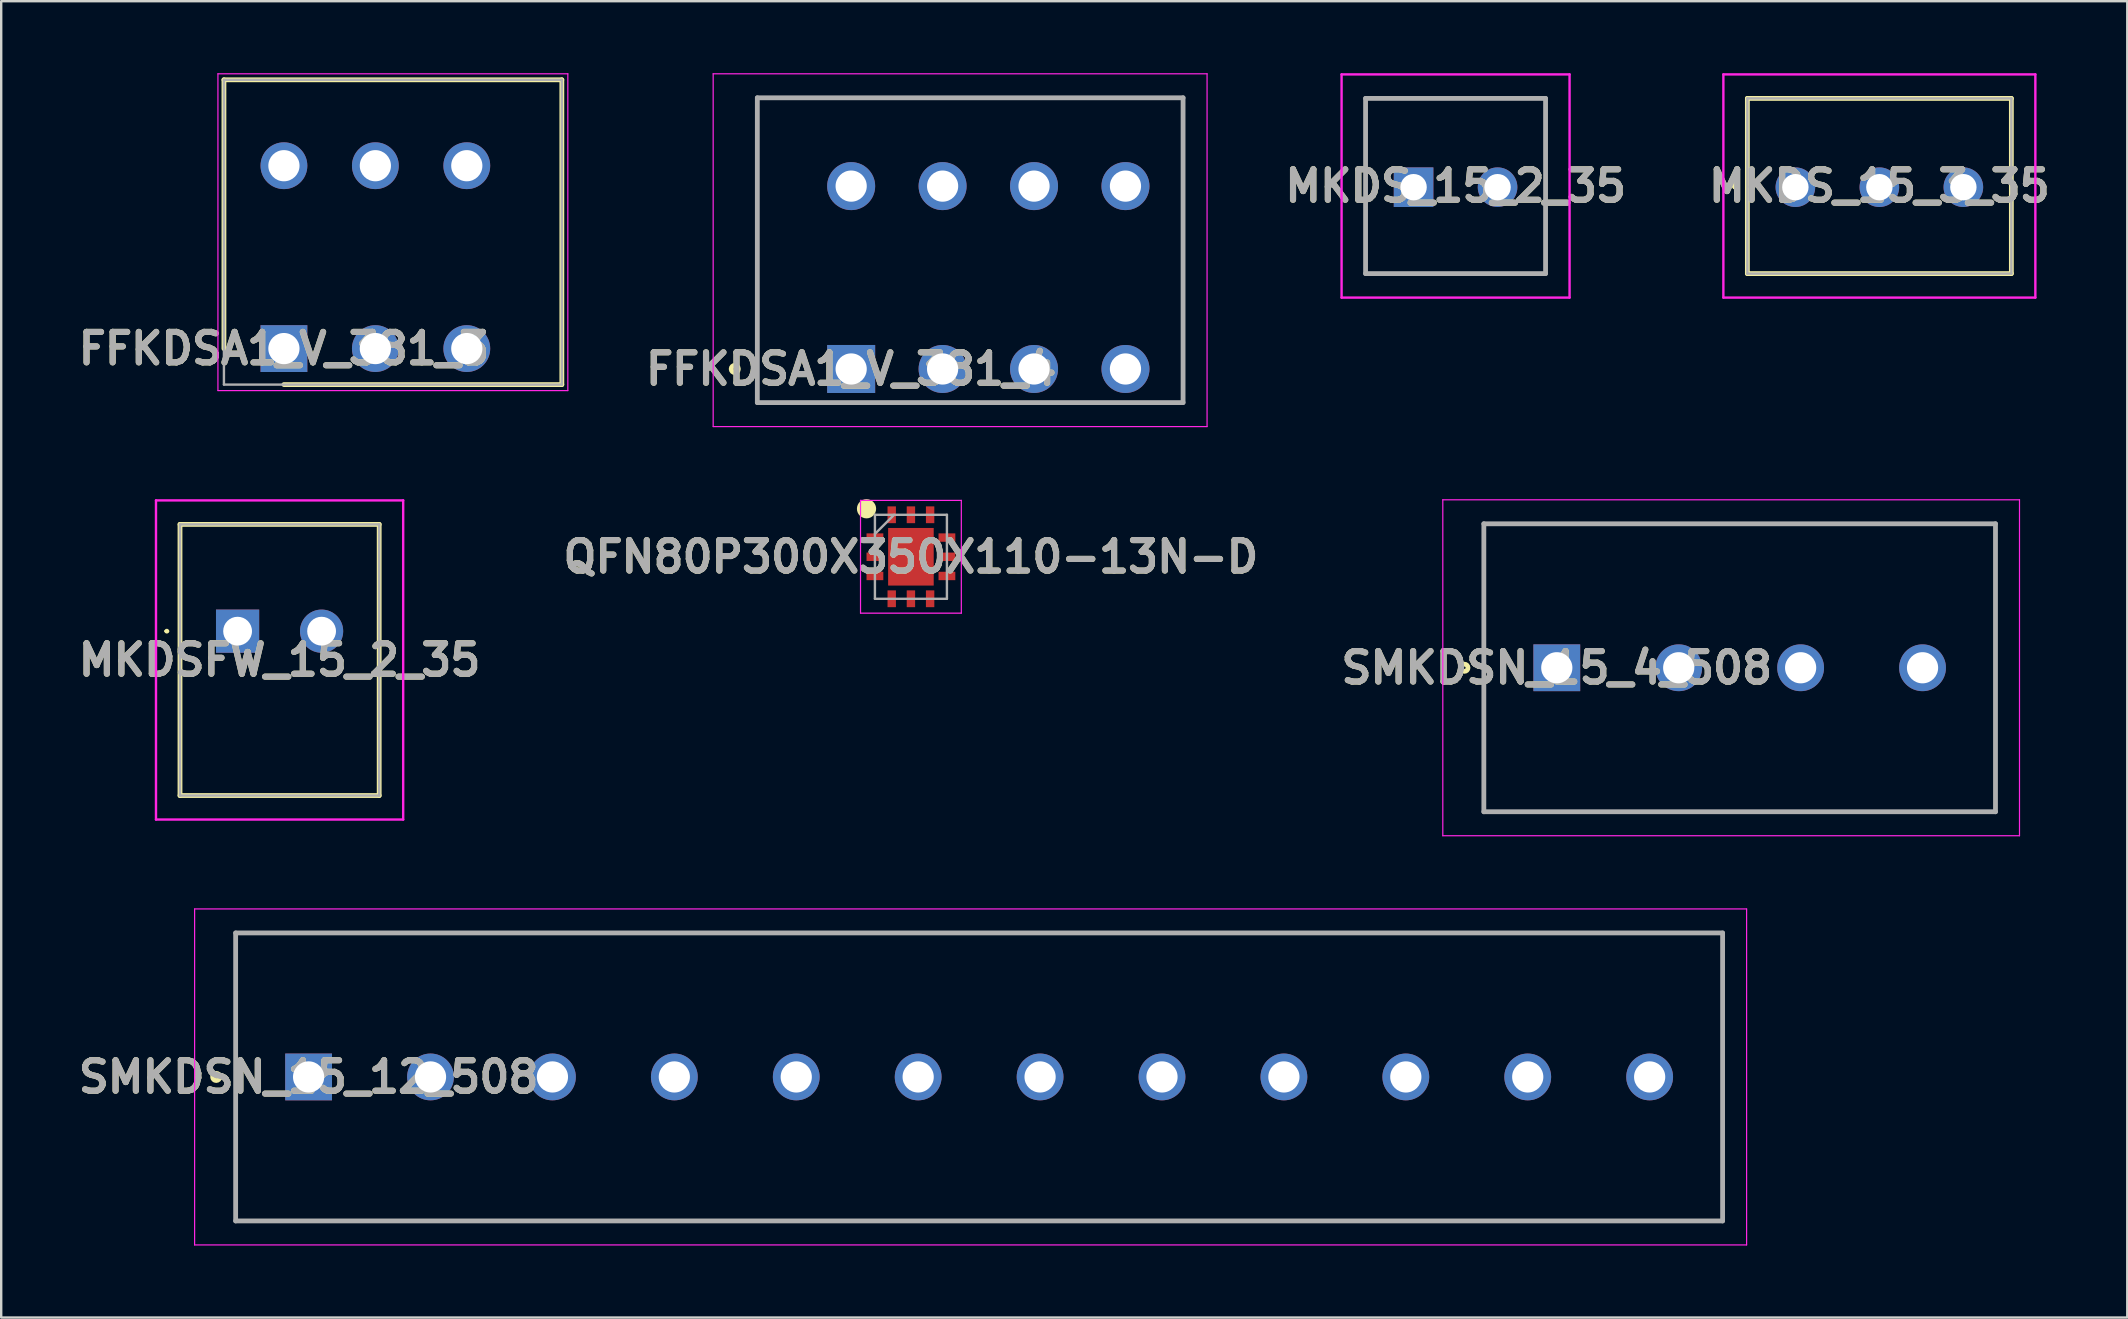
<source format=kicad_pcb>
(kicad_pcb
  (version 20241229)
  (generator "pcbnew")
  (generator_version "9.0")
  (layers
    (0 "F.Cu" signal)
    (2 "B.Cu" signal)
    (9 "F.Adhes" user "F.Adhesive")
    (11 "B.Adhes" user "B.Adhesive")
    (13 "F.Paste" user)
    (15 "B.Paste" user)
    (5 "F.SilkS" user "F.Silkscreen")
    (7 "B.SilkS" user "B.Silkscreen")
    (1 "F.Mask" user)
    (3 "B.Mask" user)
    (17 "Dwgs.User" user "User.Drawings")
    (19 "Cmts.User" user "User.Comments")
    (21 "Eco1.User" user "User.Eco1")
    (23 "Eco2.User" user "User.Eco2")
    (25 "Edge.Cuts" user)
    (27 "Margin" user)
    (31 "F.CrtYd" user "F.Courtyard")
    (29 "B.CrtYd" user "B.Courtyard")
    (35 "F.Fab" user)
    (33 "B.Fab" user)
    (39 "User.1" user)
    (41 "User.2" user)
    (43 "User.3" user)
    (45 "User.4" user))
  (footprint "SMKDSN_15_12_508"
    (layer "F.Cu")
    (at 9.809 41.825)
    (property "Reference" "SMKDSN_15_12_508" (at 0 0 0) (layer "F.SilkS") (effects (font (size 1.27 1.27) (thickness 0.254))))
    (attr through_hole)
    (fp_line (start -3.04 -6) (end 58.92 -6) (stroke (width 0.1) (type solid)) (layer "F.SilkS"))
    (fp_line (start -3.04 6) (end -3.04 -6) (stroke (width 0.1) (type solid)) (layer "F.SilkS"))
    (fp_line (start 58.92 -6) (end 58.92 6) (stroke (width 0.1) (type solid)) (layer "F.SilkS"))
    (fp_line (start 58.92 6) (end -3.04 6) (stroke (width 0.1) (type solid)) (layer "F.SilkS"))
    (fp_circle (center -3.85 0) (end -3.85 0.05) (stroke (width 0.2) (type solid)) (fill no) (layer "F.SilkS"))
    (fp_line (start -4.75 -7) (end 59.92 -7) (stroke (width 0.05) (type solid)) (layer "F.CrtYd"))
    (fp_line (start -4.75 7) (end -4.75 -7) (stroke (width 0.05) (type solid)) (layer "F.CrtYd"))
    (fp_line (start 59.92 -7) (end 59.92 7) (stroke (width 0.05) (type solid)) (layer "F.CrtYd"))
    (fp_line (start 59.92 7) (end -4.75 7) (stroke (width 0.05) (type solid)) (layer "F.CrtYd"))
    (fp_line (start -3.04 -6) (end 58.92 -6) (stroke (width 0.2) (type solid)) (layer "F.Fab"))
    (fp_line (start -3.04 6) (end -3.04 -6) (stroke (width 0.2) (type solid)) (layer "F.Fab"))
    (fp_line (start 58.92 -6) (end 58.92 6) (stroke (width 0.2) (type solid)) (layer "F.Fab"))
    (fp_line (start 58.92 6) (end -3.04 6) (stroke (width 0.2) (type solid)) (layer "F.Fab"))
    (fp_text user "${REFERENCE}" (at 0 0 0) (layer "F.Fab") (effects (font (size 1.27 1.27) (thickness 0.254))))
    (pad "1" thru_hole rect (at 0 0) (size 1.95 1.95) (drill 1.3) (layers "*.Cu" "*.Mask"))
    (pad "2" thru_hole circle (at 5.08 0) (size 1.95 1.95) (drill 1.3) (layers "*.Cu" "*.Mask"))
    (pad "3" thru_hole circle (at 10.16 0) (size 1.95 1.95) (drill 1.3) (layers "*.Cu" "*.Mask"))
    (pad "4" thru_hole circle (at 15.24 0) (size 1.95 1.95) (drill 1.3) (layers "*.Cu" "*.Mask"))
    (pad "5" thru_hole circle (at 20.32 0) (size 1.95 1.95) (drill 1.3) (layers "*.Cu" "*.Mask"))
    (pad "6" thru_hole circle (at 25.4 0) (size 1.95 1.95) (drill 1.3) (layers "*.Cu" "*.Mask"))
    (pad "7" thru_hole circle (at 30.48 0) (size 1.95 1.95) (drill 1.3) (layers "*.Cu" "*.Mask"))
    (pad "8" thru_hole circle (at 35.56 0) (size 1.95 1.95) (drill 1.3) (layers "*.Cu" "*.Mask"))
    (pad "9" thru_hole circle (at 40.64 0) (size 1.95 1.95) (drill 1.3) (layers "*.Cu" "*.Mask"))
    (pad "10" thru_hole circle (at 45.72 0) (size 1.95 1.95) (drill 1.3) (layers "*.Cu" "*.Mask"))
    (pad "11" thru_hole circle (at 50.8 0) (size 1.95 1.95) (drill 1.3) (layers "*.Cu" "*.Mask"))
    (pad "12" thru_hole circle (at 55.88 0) (size 1.95 1.95) (drill 1.3) (layers "*.Cu" "*.Mask")))
  (footprint "FFKDSA1_V_381_3"
    (layer "F.Cu")
    (at 8.781 11.475)
    (property "Reference" "FFKDSA1_V_381_3" (at 0 0 0) (layer "F.SilkS") (effects (font (size 1.27 1.27) (thickness 0.254))))
    (attr through_hole)
    (fp_line (start -2.5 -11.2) (end -2.5 0) (stroke (width 0.2) (type solid)) (layer "F.SilkS"))
    (fp_line (start 0 1.5) (end 11.58 1.5) (stroke (width 0.2) (type solid)) (layer "F.SilkS"))
    (fp_line (start 11.58 -11.2) (end -2.5 -11.2) (stroke (width 0.2) (type solid)) (layer "F.SilkS"))
    (fp_line (start 11.58 1.5) (end 11.58 -11.2) (stroke (width 0.2) (type solid)) (layer "F.SilkS"))
    (fp_line (start -2.75 -11.45) (end 11.83 -11.45) (stroke (width 0.05) (type solid)) (layer "F.CrtYd"))
    (fp_line (start -2.75 1.75) (end -2.75 -11.45) (stroke (width 0.05) (type solid)) (layer "F.CrtYd"))
    (fp_line (start 11.83 -11.45) (end 11.83 1.75) (stroke (width 0.05) (type solid)) (layer "F.CrtYd"))
    (fp_line (start 11.83 1.75) (end -2.75 1.75) (stroke (width 0.05) (type solid)) (layer "F.CrtYd"))
    (fp_line (start -2.5 -11.2) (end 11.58 -11.2) (stroke (width 0.1) (type solid)) (layer "F.Fab"))
    (fp_line (start -2.5 1.5) (end -2.5 -11.2) (stroke (width 0.1) (type solid)) (layer "F.Fab"))
    (fp_line (start 11.58 -11.2) (end 11.58 1.5) (stroke (width 0.1) (type solid)) (layer "F.Fab"))
    (fp_line (start 11.58 1.5) (end -2.5 1.5) (stroke (width 0.1) (type solid)) (layer "F.Fab"))
    (fp_text user "${REFERENCE}" (at 0 0 0) (layer "F.Fab") (effects (font (size 1.27 1.27) (thickness 0.254))))
    (pad "1" thru_hole rect (at 0 0) (size 1.95 1.95) (drill 1.3) (layers "*.Cu" "*.Mask"))
    (pad "2" thru_hole circle (at 0 -7.62) (size 1.95 1.95) (drill 1.3) (layers "*.Cu" "*.Mask"))
    (pad "3" thru_hole circle (at 3.81 0) (size 1.95 1.95) (drill 1.3) (layers "*.Cu" "*.Mask"))
    (pad "4" thru_hole circle (at 3.81 -7.62) (size 1.95 1.95) (drill 1.3) (layers "*.Cu" "*.Mask"))
    (pad "5" thru_hole circle (at 7.62 0) (size 1.95 1.95) (drill 1.3) (layers "*.Cu" "*.Mask"))
    (pad "6" thru_hole circle (at 7.62 -7.62) (size 1.95 1.95) (drill 1.3) (layers "*.Cu" "*.Mask")))
  (footprint "MKDSFW_15_2_35"
    (layer "F.Cu")
    (at 6.85 23.25)
    (property "Reference" "MKDSFW_15_2_35" (at 1.75 1.2 0) (layer "F.SilkS") (effects (font (size 1.27 1.27) (thickness 0.254))))
    (attr through_hole)
    (fp_line (start -3 0) (end -3 0) (stroke (width 0.1) (type solid)) (layer "F.SilkS"))
    (fp_line (start -2.9 0) (end -2.9 0) (stroke (width 0.1) (type solid)) (layer "F.SilkS"))
    (fp_line (start -2.4 -4.45) (end 5.9 -4.45) (stroke (width 0.2) (type solid)) (layer "F.SilkS"))
    (fp_line (start -2.4 6.85) (end -2.4 -4.45) (stroke (width 0.2) (type solid)) (layer "F.SilkS"))
    (fp_line (start 5.9 -4.45) (end 5.9 6.85) (stroke (width 0.2) (type solid)) (layer "F.SilkS"))
    (fp_line (start 5.9 6.85) (end -2.4 6.85) (stroke (width 0.2) (type solid)) (layer "F.SilkS"))
    (fp_arc (start -3 0) (mid -2.95 -0.05) (end -2.9 0) (stroke (width 0.1) (type solid)) (layer "F.SilkS"))
    (fp_arc (start -2.9 0) (mid -2.95 0.05) (end -3 0) (stroke (width 0.1) (type solid)) (layer "F.SilkS"))
    (fp_line (start -3.4 -5.45) (end 6.9 -5.45) (stroke (width 0.1) (type solid)) (layer "F.CrtYd"))
    (fp_line (start -3.4 7.85) (end -3.4 -5.45) (stroke (width 0.1) (type solid)) (layer "F.CrtYd"))
    (fp_line (start 6.9 -5.45) (end 6.9 7.85) (stroke (width 0.1) (type solid)) (layer "F.CrtYd"))
    (fp_line (start 6.9 7.85) (end -3.4 7.85) (stroke (width 0.1) (type solid)) (layer "F.CrtYd"))
    (fp_line (start -2.4 -4.45) (end 5.9 -4.45) (stroke (width 0.1) (type solid)) (layer "F.Fab"))
    (fp_line (start -2.4 6.85) (end -2.4 -4.45) (stroke (width 0.1) (type solid)) (layer "F.Fab"))
    (fp_line (start 5.9 -4.45) (end 5.9 6.85) (stroke (width 0.1) (type solid)) (layer "F.Fab"))
    (fp_line (start 5.9 6.85) (end -2.4 6.85) (stroke (width 0.1) (type solid)) (layer "F.Fab"))
    (fp_text user "${REFERENCE}" (at 1.75 1.2 0) (layer "F.Fab") (effects (font (size 1.27 1.27) (thickness 0.254))))
    (pad "1" thru_hole rect (at 0 0) (size 1.8 1.8) (drill 1.2) (layers "*.Cu" "*.Mask"))
    (pad "2" thru_hole circle (at 3.5 0) (size 1.8 1.8) (drill 1.2) (layers "*.Cu" "*.Mask")))
  (footprint "MKDS_15_2_35"
    (layer "F.Cu")
    (at 55.852 4.75)
    (property "Reference" "MKDS_15_2_35" (at 1.75 -0.05 0) (layer "F.SilkS") (effects (font (size 1.27 1.27) (thickness 0.254))))
    (attr through_hole)
    (fp_line (start -2 -3.7) (end -2 3.6) (stroke (width 0.1) (type solid)) (layer "F.SilkS"))
    (fp_line (start -2 3.6) (end 5.5 3.6) (stroke (width 0.1) (type solid)) (layer "F.SilkS"))
    (fp_line (start 5.5 -3.7) (end -2 -3.7) (stroke (width 0.1) (type solid)) (layer "F.SilkS"))
    (fp_line (start 5.5 3.6) (end 5.5 -3.7) (stroke (width 0.1) (type solid)) (layer "F.SilkS"))
    (fp_line (start -3 -4.7) (end 6.5 -4.7) (stroke (width 0.1) (type solid)) (layer "F.CrtYd"))
    (fp_line (start -3 4.6) (end -3 -4.7) (stroke (width 0.1) (type solid)) (layer "F.CrtYd"))
    (fp_line (start 6.5 -4.7) (end 6.5 4.6) (stroke (width 0.1) (type solid)) (layer "F.CrtYd"))
    (fp_line (start 6.5 4.6) (end -3 4.6) (stroke (width 0.1) (type solid)) (layer "F.CrtYd"))
    (fp_line (start -2 -3.7) (end -2 3.6) (stroke (width 0.2) (type solid)) (layer "F.Fab"))
    (fp_line (start -2 3.6) (end 5.5 3.6) (stroke (width 0.2) (type solid)) (layer "F.Fab"))
    (fp_line (start 5.5 -3.7) (end -2 -3.7) (stroke (width 0.2) (type solid)) (layer "F.Fab"))
    (fp_line (start 5.5 3.6) (end 5.5 -3.7) (stroke (width 0.2) (type solid)) (layer "F.Fab"))
    (fp_text user "${REFERENCE}" (at 1.75 -0.05 0) (layer "F.Fab") (effects (font (size 1.27 1.27) (thickness 0.254))))
    (pad "1" thru_hole rect (at 0 0) (size 1.65 1.65) (drill 1.1) (layers "*.Cu" "*.Mask"))
    (pad "2" thru_hole circle (at 3.5 0) (size 1.65 1.65) (drill 1.1) (layers "*.Cu" "*.Mask")))
  (footprint "QFN80P300X350X110-13N-D"
    (layer "F.Cu")
    (at 34.907 20.15)
    (property "Reference" "QFN80P300X350X110-13N-D" (at 0 0 0) (layer "F.SilkS") (effects (font (size 1.27 1.27) (thickness 0.254))))
    (attr smd)
    (fp_circle (center -1.85 -2) (end -1.85 -1.8) (stroke (width 0.4) (type solid)) (fill no) (layer "F.SilkS"))
    (fp_line (start -2.1 -2.35) (end 2.1 -2.35) (stroke (width 0.05) (type solid)) (layer "F.CrtYd"))
    (fp_line (start -2.1 2.35) (end -2.1 -2.35) (stroke (width 0.05) (type solid)) (layer "F.CrtYd"))
    (fp_line (start 2.1 -2.35) (end 2.1 2.35) (stroke (width 0.05) (type solid)) (layer "F.CrtYd"))
    (fp_line (start 2.1 2.35) (end -2.1 2.35) (stroke (width 0.05) (type solid)) (layer "F.CrtYd"))
    (fp_line (start -1.5 -1.75) (end 1.5 -1.75) (stroke (width 0.1) (type solid)) (layer "F.Fab"))
    (fp_line (start -1.5 -0.95) (end -0.7 -1.75) (stroke (width 0.1) (type solid)) (layer "F.Fab"))
    (fp_line (start -1.5 1.75) (end -1.5 -1.75) (stroke (width 0.1) (type solid)) (layer "F.Fab"))
    (fp_line (start 1.5 -1.75) (end 1.5 1.75) (stroke (width 0.1) (type solid)) (layer "F.Fab"))
    (fp_line (start 1.5 1.75) (end -1.5 1.75) (stroke (width 0.1) (type solid)) (layer "F.Fab"))
    (fp_text user "${REFERENCE}" (at 0 0 0) (layer "F.Fab") (effects (font (size 1.27 1.27) (thickness 0.254))))
    (pad "1" smd rect (at -1.5 -0.8 90) (size 0.35 0.7) (layers "F.Cu" "F.Mask" "F.Paste"))
    (pad "2" smd rect (at -1.5 0 90) (size 0.35 0.7) (layers "F.Cu" "F.Mask" "F.Paste"))
    (pad "3" smd rect (at -1.5 0.8 90) (size 0.35 0.7) (layers "F.Cu" "F.Mask" "F.Paste"))
    (pad "4" smd rect (at -0.8 1.75) (size 0.35 0.7) (layers "F.Cu" "F.Mask" "F.Paste"))
    (pad "5" smd rect (at 0 1.75) (size 0.35 0.7) (layers "F.Cu" "F.Mask" "F.Paste"))
    (pad "6" smd rect (at 0.8 1.75) (size 0.35 0.7) (layers "F.Cu" "F.Mask" "F.Paste"))
    (pad "7" smd rect (at 1.5 0.8 90) (size 0.35 0.7) (layers "F.Cu" "F.Mask" "F.Paste"))
    (pad "8" smd rect (at 1.5 0 90) (size 0.35 0.7) (layers "F.Cu" "F.Mask" "F.Paste"))
    (pad "9" smd rect (at 1.5 -0.8 90) (size 0.35 0.7) (layers "F.Cu" "F.Mask" "F.Paste"))
    (pad "10" smd rect (at 0.8 -1.75) (size 0.35 0.7) (layers "F.Cu" "F.Mask" "F.Paste"))
    (pad "11" smd rect (at 0 -1.75) (size 0.35 0.7) (layers "F.Cu" "F.Mask" "F.Paste"))
    (pad "12" smd rect (at -0.8 -1.75) (size 0.35 0.7) (layers "F.Cu" "F.Mask" "F.Paste"))
    (pad "13" smd rect (at 0 0) (size 1.9 2.4) (layers "F.Cu" "F.Mask" "F.Paste")))
  (footprint "FFKDSA1_V_381_4"
    (layer "F.Cu")
    (at 32.417 12.325)
    (property "Reference" "FFKDSA1_V_381_4" (at 0 0 0) (layer "F.SilkS") (effects (font (size 1.27 1.27) (thickness 0.254))))
    (attr through_hole)
    (fp_line (start -3.91 -11.3) (end 13.83 -11.3) (stroke (width 0.1) (type solid)) (layer "F.SilkS"))
    (fp_line (start -3.91 1.4) (end -3.91 -11.3) (stroke (width 0.1) (type solid)) (layer "F.SilkS"))
    (fp_line (start 13.83 -11.3) (end 13.83 1.4) (stroke (width 0.1) (type solid)) (layer "F.SilkS"))
    (fp_line (start 13.83 1.4) (end -3.91 1.4) (stroke (width 0.1) (type solid)) (layer "F.SilkS"))
    (fp_circle (center -4.85 0) (end -4.85 0.05) (stroke (width 0.2) (type solid)) (fill no) (layer "F.SilkS"))
    (fp_line (start -5.75 -12.3) (end 14.83 -12.3) (stroke (width 0.05) (type solid)) (layer "F.CrtYd"))
    (fp_line (start -5.75 2.4) (end -5.75 -12.3) (stroke (width 0.05) (type solid)) (layer "F.CrtYd"))
    (fp_line (start 14.83 -12.3) (end 14.83 2.4) (stroke (width 0.05) (type solid)) (layer "F.CrtYd"))
    (fp_line (start 14.83 2.4) (end -5.75 2.4) (stroke (width 0.05) (type solid)) (layer "F.CrtYd"))
    (fp_line (start -3.91 -11.3) (end 13.83 -11.3) (stroke (width 0.2) (type solid)) (layer "F.Fab"))
    (fp_line (start -3.91 1.4) (end -3.91 -11.3) (stroke (width 0.2) (type solid)) (layer "F.Fab"))
    (fp_line (start 13.83 -11.3) (end 13.83 1.4) (stroke (width 0.2) (type solid)) (layer "F.Fab"))
    (fp_line (start 13.83 1.4) (end -3.91 1.4) (stroke (width 0.2) (type solid)) (layer "F.Fab"))
    (fp_text user "${REFERENCE}" (at 0 0 0) (layer "F.Fab") (effects (font (size 1.27 1.27) (thickness 0.254))))
    (pad "1" thru_hole rect (at 0 0) (size 2 2) (drill 1.3) (layers "*.Cu" "*.Mask"))
    (pad "2" thru_hole circle (at 0 -7.62) (size 2 2) (drill 1.3) (layers "*.Cu" "*.Mask"))
    (pad "3" thru_hole circle (at 3.81 0) (size 2 2) (drill 1.3) (layers "*.Cu" "*.Mask"))
    (pad "4" thru_hole circle (at 3.81 -7.62) (size 2 2) (drill 1.3) (layers "*.Cu" "*.Mask"))
    (pad "5" thru_hole circle (at 7.62 0) (size 2 2) (drill 1.3) (layers "*.Cu" "*.Mask"))
    (pad "6" thru_hole circle (at 7.62 -7.62) (size 2 2) (drill 1.3) (layers "*.Cu" "*.Mask"))
    (pad "7" thru_hole circle (at 11.43 0) (size 2 2) (drill 1.3) (layers "*.Cu" "*.Mask"))
    (pad "8" thru_hole circle (at 11.43 -7.62) (size 2 2) (drill 1.3) (layers "*.Cu" "*.Mask")))
  (footprint "MKDS_15_3_35"
    (layer "F.Cu")
    (at 71.761 4.75)
    (property "Reference" "MKDS_15_3_35" (at 3.5 -0.05 0) (layer "F.SilkS") (effects (font (size 1.27 1.27) (thickness 0.254))))
    (attr through_hole)
    (fp_line (start -2.5 -0.1) (end -2.5 -0.1) (stroke (width 0.2) (type solid)) (layer "F.SilkS"))
    (fp_line (start -2.5 0) (end -2.5 0) (stroke (width 0.2) (type solid)) (layer "F.SilkS"))
    (fp_line (start -2 -3.7) (end 9 -3.7) (stroke (width 0.2) (type solid)) (layer "F.SilkS"))
    (fp_line (start -2 3.6) (end -2 -3.7) (stroke (width 0.2) (type solid)) (layer "F.SilkS"))
    (fp_line (start 9 -3.7) (end 9 3.6) (stroke (width 0.2) (type solid)) (layer "F.SilkS"))
    (fp_line (start 9 3.6) (end -2 3.6) (stroke (width 0.2) (type solid)) (layer "F.SilkS"))
    (fp_arc (start -2.5 -0.1) (mid -2.45 -0.05) (end -2.5 0) (stroke (width 0.2) (type solid)) (layer "F.SilkS"))
    (fp_arc (start -2.5 0) (mid -2.55 -0.05) (end -2.5 -0.1) (stroke (width 0.2) (type solid)) (layer "F.SilkS"))
    (fp_line (start -3 -4.7) (end 10 -4.7) (stroke (width 0.1) (type solid)) (layer "F.CrtYd"))
    (fp_line (start -3 4.6) (end -3 -4.7) (stroke (width 0.1) (type solid)) (layer "F.CrtYd"))
    (fp_line (start 10 -4.7) (end 10 4.6) (stroke (width 0.1) (type solid)) (layer "F.CrtYd"))
    (fp_line (start 10 4.6) (end -3 4.6) (stroke (width 0.1) (type solid)) (layer "F.CrtYd"))
    (fp_line (start -2 -3.7) (end 9 -3.7) (stroke (width 0.1) (type solid)) (layer "F.Fab"))
    (fp_line (start -2 3.6) (end -2 -3.7) (stroke (width 0.1) (type solid)) (layer "F.Fab"))
    (fp_line (start 9 -3.7) (end 9 3.6) (stroke (width 0.1) (type solid)) (layer "F.Fab"))
    (fp_line (start 9 3.6) (end -2 3.6) (stroke (width 0.1) (type solid)) (layer "F.Fab"))
    (fp_text user "${REFERENCE}" (at 3.5 -0.05 0) (layer "F.Fab") (effects (font (size 1.27 1.27) (thickness 0.254))))
    (pad "1" thru_hole circle (at 0 0) (size 1.65 1.65) (drill 1.1) (layers "*.Cu" "*.Mask"))
    (pad "2" thru_hole circle (at 3.5 0) (size 1.65 1.65) (drill 1.1) (layers "*.Cu" "*.Mask"))
    (pad "3" thru_hole circle (at 7 0) (size 1.65 1.65) (drill 1.1) (layers "*.Cu" "*.Mask")))
  (footprint "SMKDSN_15_4_508"
    (layer "F.Cu")
    (at 61.82 24.775)
    (property "Reference" "SMKDSN_15_4_508" (at 0 0 0) (layer "F.SilkS") (effects (font (size 1.27 1.27) (thickness 0.254))))
    (attr through_hole)
    (fp_line (start -3.04 -6) (end 18.28 -6) (stroke (width 0.1) (type solid)) (layer "F.SilkS"))
    (fp_line (start -3.04 6) (end -3.04 -6) (stroke (width 0.1) (type solid)) (layer "F.SilkS"))
    (fp_line (start 18.28 -6) (end 18.28 6) (stroke (width 0.1) (type solid)) (layer "F.SilkS"))
    (fp_line (start 18.28 6) (end -3.04 6) (stroke (width 0.1) (type solid)) (layer "F.SilkS"))
    (fp_circle (center -3.85 0) (end -3.85 0.05) (stroke (width 0.2) (type solid)) (fill no) (layer "F.SilkS"))
    (fp_line (start -4.75 -7) (end 19.28 -7) (stroke (width 0.05) (type solid)) (layer "F.CrtYd"))
    (fp_line (start -4.75 7) (end -4.75 -7) (stroke (width 0.05) (type solid)) (layer "F.CrtYd"))
    (fp_line (start 19.28 -7) (end 19.28 7) (stroke (width 0.05) (type solid)) (layer "F.CrtYd"))
    (fp_line (start 19.28 7) (end -4.75 7) (stroke (width 0.05) (type solid)) (layer "F.CrtYd"))
    (fp_line (start -3.04 -6) (end 18.28 -6) (stroke (width 0.2) (type solid)) (layer "F.Fab"))
    (fp_line (start -3.04 6) (end -3.04 -6) (stroke (width 0.2) (type solid)) (layer "F.Fab"))
    (fp_line (start 18.28 -6) (end 18.28 6) (stroke (width 0.2) (type solid)) (layer "F.Fab"))
    (fp_line (start 18.28 6) (end -3.04 6) (stroke (width 0.2) (type solid)) (layer "F.Fab"))
    (fp_text user "${REFERENCE}" (at 0 0 0) (layer "F.Fab") (effects (font (size 1.27 1.27) (thickness 0.254))))
    (pad "1" thru_hole rect (at 0 0) (size 1.95 1.95) (drill 1.3) (layers "*.Cu" "*.Mask"))
    (pad "2" thru_hole circle (at 5.08 0) (size 1.95 1.95) (drill 1.3) (layers "*.Cu" "*.Mask"))
    (pad "3" thru_hole circle (at 10.16 0) (size 1.95 1.95) (drill 1.3) (layers "*.Cu" "*.Mask"))
    (pad "4" thru_hole circle (at 15.24 0) (size 1.95 1.95) (drill 1.3) (layers "*.Cu" "*.Mask")))
  (gr_rect
    (start -3 -3)
    (end 85.591 51.85)
    (stroke (width 0.1) (type default))
    (fill no)
    (layer "Edge.Cuts")))
</source>
